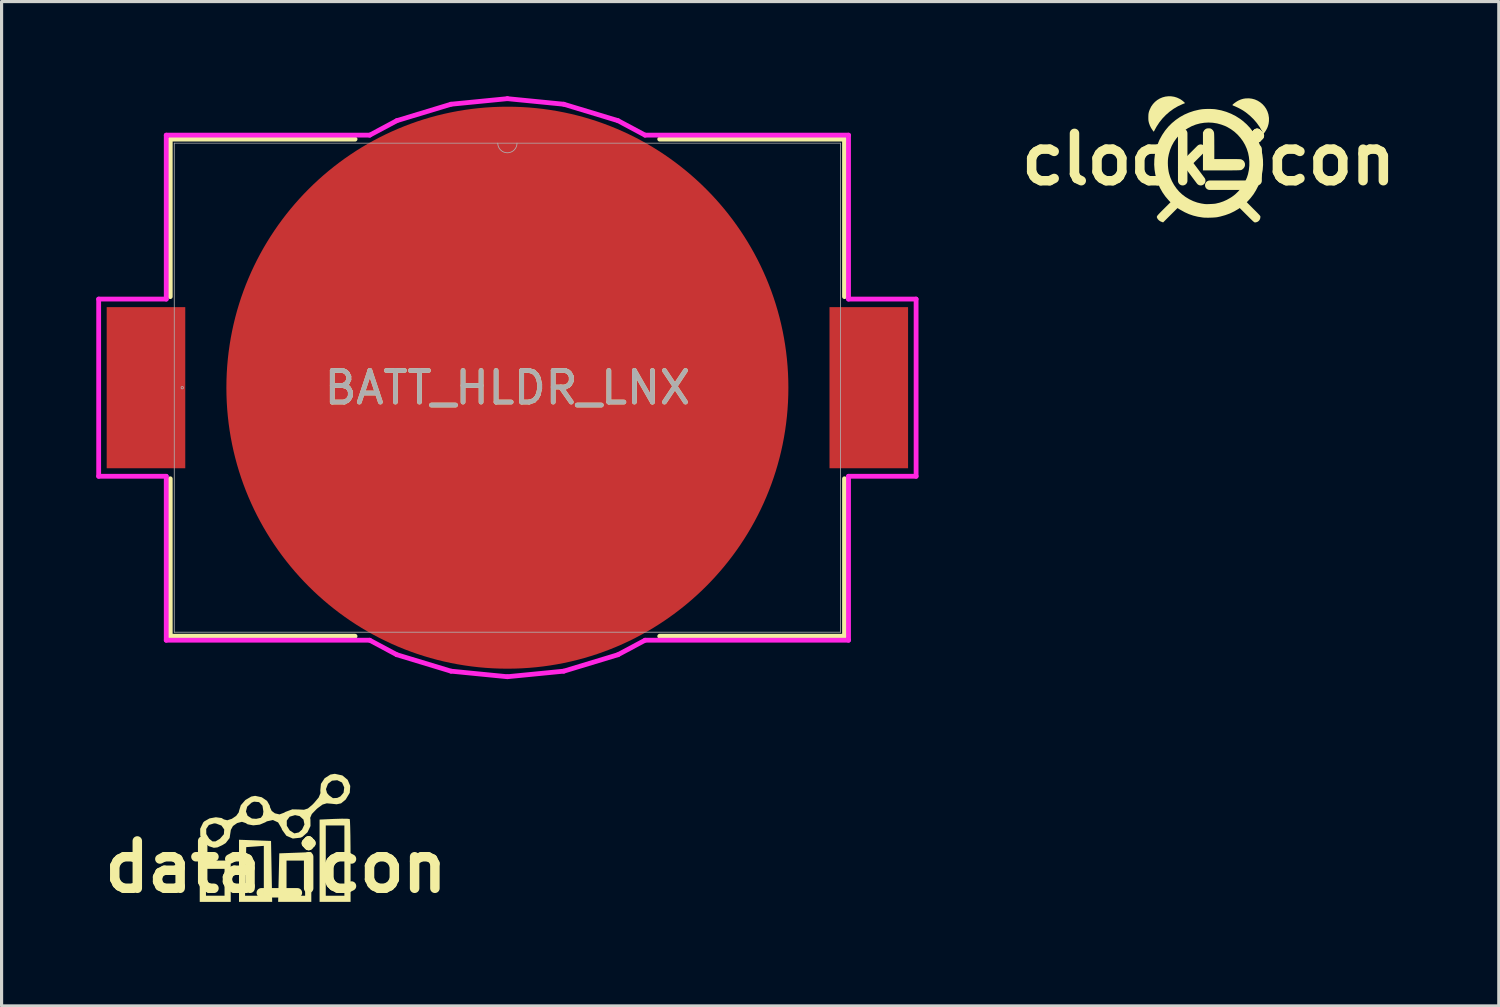
<source format=kicad_pcb>
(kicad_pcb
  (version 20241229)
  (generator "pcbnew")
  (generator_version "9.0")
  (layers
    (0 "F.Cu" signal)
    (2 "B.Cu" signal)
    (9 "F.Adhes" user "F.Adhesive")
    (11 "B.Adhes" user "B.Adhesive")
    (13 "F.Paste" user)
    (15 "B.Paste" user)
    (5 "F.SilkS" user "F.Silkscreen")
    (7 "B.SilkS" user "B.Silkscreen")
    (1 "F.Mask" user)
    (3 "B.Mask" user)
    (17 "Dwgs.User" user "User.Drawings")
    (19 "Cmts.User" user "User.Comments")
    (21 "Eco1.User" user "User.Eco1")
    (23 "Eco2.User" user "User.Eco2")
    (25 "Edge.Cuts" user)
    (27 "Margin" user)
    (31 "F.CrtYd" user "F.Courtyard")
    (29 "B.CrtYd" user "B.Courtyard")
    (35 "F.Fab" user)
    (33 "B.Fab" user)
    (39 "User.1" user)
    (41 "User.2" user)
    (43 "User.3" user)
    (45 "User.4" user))
  (footprint "clock_icon"
    (layer "F.Cu")
    (at 35.242 1.997)
    (property "Reference" "clock_icon" (at 0 0 0) (layer "F.SilkS") (effects (font (size 1.5 1.5) (thickness 0.3))))
    (attr board_only exclude_from_pos_files exclude_from_bom)
    (fp_poly (pts (xy 1.374 -1.92) (xy 1.466 -1.895) (xy 1.552 -1.857) (xy 1.632 -1.808) (xy 1.705 -1.748) (xy 1.768 -1.679) (xy 1.822 -1.601) (xy 1.864 -1.515) (xy 1.894 -1.423) (xy 1.91 -1.326) (xy 1.912 -1.301) (xy 1.911 -1.21) (xy 1.899 -1.124) (xy 1.877 -1.045) (xy 1.86 -1) (xy 1.835 -0.95) (xy 1.807 -0.901) (xy 1.779 -0.858) (xy 1.759 -0.833) (xy 1.736 -0.806) (xy 1.697 -0.883) (xy 1.618 -1.021) (xy 1.525 -1.152) (xy 1.42 -1.274) (xy 1.304 -1.385) (xy 1.178 -1.487) (xy 1.102 -1.539) (xy 1.049 -1.571) (xy 0.988 -1.605) (xy 0.924 -1.637) (xy 0.863 -1.666) (xy 0.809 -1.689) (xy 0.805 -1.69) (xy 0.779 -1.701) (xy 0.761 -1.711) (xy 0.754 -1.718) (xy 0.754 -1.718) (xy 0.76 -1.73) (xy 0.778 -1.748) (xy 0.803 -1.769) (xy 0.835 -1.793) (xy 0.87 -1.817) (xy 0.905 -1.84) (xy 0.939 -1.858) (xy 0.941 -1.86) (xy 1.001 -1.887) (xy 1.055 -1.906) (xy 1.11 -1.92) (xy 1.173 -1.929) (xy 1.178 -1.929) (xy 1.277 -1.932)) (stroke (width 0) (type solid)) (fill yes) (layer "F.SilkS"))
    (fp_poly (pts (xy -1.187 -1.996) (xy -1.093 -1.982) (xy -1.001 -1.954) (xy -0.912 -1.912) (xy -0.848 -1.871) (xy -0.822 -1.851) (xy -0.797 -1.83) (xy -0.775 -1.81) (xy -0.758 -1.793) (xy -0.75 -1.782) (xy -0.751 -1.779) (xy -0.759 -1.775) (xy -0.778 -1.767) (xy -0.806 -1.756) (xy -0.828 -1.747) (xy -0.97 -1.682) (xy -1.105 -1.603) (xy -1.233 -1.511) (xy -1.352 -1.408) (xy -1.462 -1.294) (xy -1.561 -1.17) (xy -1.648 -1.038) (xy -1.696 -0.951) (xy -1.712 -0.921) (xy -1.726 -0.896) (xy -1.735 -0.88) (xy -1.739 -0.875) (xy -1.745 -0.881) (xy -1.757 -0.896) (xy -1.774 -0.918) (xy -1.778 -0.924) (xy -1.824 -0.994) (xy -1.862 -1.071) (xy -1.89 -1.149) (xy -1.892 -1.158) (xy -1.9 -1.191) (xy -1.906 -1.223) (xy -1.909 -1.259) (xy -1.91 -1.303) (xy -1.91 -1.328) (xy -1.909 -1.386) (xy -1.906 -1.434) (xy -1.899 -1.476) (xy -1.888 -1.517) (xy -1.871 -1.563) (xy -1.865 -1.578) (xy -1.821 -1.669) (xy -1.765 -1.749) (xy -1.7 -1.819) (xy -1.627 -1.878) (xy -1.547 -1.926) (xy -1.462 -1.962) (xy -1.372 -1.986) (xy -1.28 -1.997)) (stroke (width 0) (type solid)) (fill yes) (layer "F.SilkS"))
    (fp_poly (pts (xy 0.033 -0.98) (xy 0.055 -0.977) (xy 0.072 -0.971) (xy 0.091 -0.96) (xy 0.095 -0.957) (xy 0.134 -0.922) (xy 0.159 -0.882) (xy 0.171 -0.843) (xy 0.173 -0.825) (xy 0.175 -0.792) (xy 0.177 -0.744) (xy 0.178 -0.682) (xy 0.179 -0.608) (xy 0.179 -0.52) (xy 0.18 -0.421) (xy 0.18 -0.406) (xy 0.18 -0.008) (xy 0.596 -0.008) (xy 0.687 -0.008) (xy 0.764 -0.007) (xy 0.828 -0.007) (xy 0.881 -0.007) (xy 0.923 -0.006) (xy 0.957 -0.005) (xy 0.983 -0.004) (xy 1.002 -0.003) (xy 1.017 -0.001) (xy 1.028 0.002) (xy 1.037 0.004) (xy 1.045 0.008) (xy 1.047 0.008) (xy 1.088 0.032) (xy 1.117 0.061) (xy 1.133 0.086) (xy 1.151 0.136) (xy 1.153 0.186) (xy 1.141 0.233) (xy 1.113 0.278) (xy 1.098 0.294) (xy 1.072 0.318) (xy 1.05 0.332) (xy 1.026 0.341) (xy 1.017 0.343) (xy 1.001 0.345) (xy 0.972 0.346) (xy 0.93 0.348) (xy 0.875 0.349) (xy 0.806 0.35) (xy 0.722 0.351) (xy 0.624 0.351) (xy 0.511 0.352) (xy 0.398 0.352) (xy -0.18 0.352) (xy -0.18 -0.249) (xy -0.18 -0.85) (xy -0.158 -0.892) (xy -0.135 -0.926) (xy -0.105 -0.952) (xy -0.098 -0.957) (xy -0.076 -0.969) (xy -0.057 -0.976) (xy -0.033 -0.98) (xy -0.001 -0.981) (xy 0.001 -0.981)) (stroke (width 0) (type solid)) (fill yes) (layer "F.SilkS"))
    (fp_poly (pts (xy 0.04 -1.596) (xy 0.114 -1.593) (xy 0.183 -1.589) (xy 0.238 -1.582) (xy 0.403 -1.55) (xy 0.562 -1.503) (xy 0.715 -1.442) (xy 0.86 -1.368) (xy 0.997 -1.281) (xy 1.084 -1.215) (xy 1.205 -1.108) (xy 1.314 -0.991) (xy 1.412 -0.865) (xy 1.496 -0.731) (xy 1.568 -0.591) (xy 1.627 -0.446) (xy 1.673 -0.295) (xy 1.704 -0.141) (xy 1.722 0.016) (xy 1.725 0.176) (xy 1.713 0.336) (xy 1.686 0.495) (xy 1.672 0.557) (xy 1.627 0.703) (xy 1.57 0.846) (xy 1.5 0.982) (xy 1.42 1.111) (xy 1.329 1.229) (xy 1.268 1.298) (xy 1.208 1.36) (xy 1.424 1.577) (xy 1.479 1.631) (xy 1.524 1.676) (xy 1.559 1.712) (xy 1.587 1.741) (xy 1.607 1.763) (xy 1.622 1.78) (xy 1.631 1.793) (xy 1.637 1.804) (xy 1.64 1.812) (xy 1.641 1.82) (xy 1.641 1.823) (xy 1.634 1.875) (xy 1.614 1.921) (xy 1.583 1.957) (xy 1.543 1.984) (xy 1.496 1.998) (xy 1.469 2) (xy 1.462 1.999) (xy 1.453 1.997) (xy 1.444 1.992) (xy 1.431 1.982) (xy 1.414 1.968) (xy 1.392 1.948) (xy 1.364 1.921) (xy 1.328 1.886) (xy 1.284 1.843) (xy 1.231 1.789) (xy 1.213 1.772) (xy 0.985 1.544) (xy 0.943 1.573) (xy 0.813 1.649) (xy 0.674 1.716) (xy 0.526 1.77) (xy 0.371 1.813) (xy 0.277 1.833) (xy 0.236 1.839) (xy 0.183 1.843) (xy 0.121 1.847) (xy 0.056 1.849) (xy -0.011 1.851) (xy -0.075 1.85) (xy -0.131 1.849) (xy -0.178 1.845) (xy -0.185 1.844) (xy -0.339 1.82) (xy -0.484 1.785) (xy -0.622 1.738) (xy -0.757 1.677) (xy -0.892 1.602) (xy -0.917 1.588) (xy -0.986 1.545) (xy -1.214 1.772) (xy -1.441 1.999) (xy -1.473 1.989) (xy -1.531 1.965) (xy -1.578 1.932) (xy -1.614 1.892) (xy -1.63 1.862) (xy -1.636 1.848) (xy -1.64 1.836) (xy -1.641 1.824) (xy -1.638 1.812) (xy -1.631 1.797) (xy -1.619 1.779) (xy -1.6 1.757) (xy -1.574 1.729) (xy -1.54 1.693) (xy -1.498 1.65) (xy -1.445 1.597) (xy -1.425 1.577) (xy -1.208 1.361) (xy -1.27 1.296) (xy -1.372 1.176) (xy -1.461 1.048) (xy -1.538 0.913) (xy -1.602 0.772) (xy -1.653 0.625) (xy -1.69 0.475) (xy -1.714 0.322) (xy -1.725 0.167) (xy -1.723 0.115) (xy -1.292 0.115) (xy -1.289 0.208) (xy -1.28 0.301) (xy -1.267 0.388) (xy -1.254 0.446) (xy -1.215 0.572) (xy -1.162 0.694) (xy -1.097 0.811) (xy -1.021 0.921) (xy -0.935 1.022) (xy -0.841 1.111) (xy -0.739 1.188) (xy -0.739 1.189) (xy -0.613 1.265) (xy -0.488 1.325) (xy -0.361 1.37) (xy -0.234 1.4) (xy -0.203 1.405) (xy -0.172 1.41) (xy -0.144 1.414) (xy -0.126 1.417) (xy -0.125 1.417) (xy -0.102 1.419) (xy -0.067 1.42) (xy -0.024 1.42) (xy 0.025 1.418) (xy 0.076 1.416) (xy 0.126 1.413) (xy 0.17 1.41) (xy 0.207 1.406) (xy 0.227 1.403) (xy 0.349 1.374) (xy 0.463 1.335) (xy 0.573 1.286) (xy 0.683 1.224) (xy 0.739 1.189) (xy 0.84 1.112) (xy 0.933 1.023) (xy 1.019 0.924) (xy 1.095 0.815) (xy 1.16 0.699) (xy 1.213 0.578) (xy 1.247 0.473) (xy 1.275 0.34) (xy 1.289 0.203) (xy 1.29 0.064) (xy 1.276 -0.074) (xy 1.251 -0.2) (xy 1.21 -0.33) (xy 1.155 -0.454) (xy 1.087 -0.572) (xy 1.006 -0.682) (xy 0.915 -0.784) (xy 0.814 -0.876) (xy 0.704 -0.956) (xy 0.587 -1.024) (xy 0.534 -1.05) (xy 0.401 -1.1) (xy 0.267 -1.137) (xy 0.131 -1.158) (xy -0.005 -1.165) (xy -0.141 -1.157) (xy -0.274 -1.136) (xy -0.404 -1.101) (xy -0.53 -1.052) (xy -0.651 -0.989) (xy -0.765 -0.914) (xy -0.873 -0.825) (xy -0.926 -0.772) (xy -1.021 -0.663) (xy -1.102 -0.548) (xy -1.169 -0.425) (xy -1.222 -0.296) (xy -1.261 -0.159) (xy -1.282 -0.051) (xy -1.29 0.028) (xy -1.292 0.115) (xy -1.723 0.115) (xy -1.721 0.012) (xy -1.704 -0.143) (xy -1.672 -0.297) (xy -1.627 -0.448) (xy -1.567 -0.595) (xy -1.551 -0.629) (xy -1.471 -0.773) (xy -1.38 -0.908) (xy -1.278 -1.032) (xy -1.165 -1.145) (xy -1.042 -1.247) (xy -0.91 -1.338) (xy -0.77 -1.416) (xy -0.621 -1.481) (xy -0.466 -1.533) (xy -0.304 -1.571) (xy -0.238 -1.582) (xy -0.181 -1.589) (xy -0.113 -1.593) (xy -0.038 -1.596)) (stroke (width 0) (type solid)) (fill yes) (layer "F.SilkS")))
  (footprint "BATT_HLDR_LNX"
    (layer "F.Cu")
    (at 13.025 9.233)
    (property "Reference" "BATT_HLDR_LNX" (at 0 0 0) (unlocked yes) (layer "F.SilkS") (effects (font (size 1 1) (thickness 0.15))))
    (attr smd)
    (fp_poly (pts (xy 8.903 0) (xy 8.732 -1.737) (xy 8.225 -3.407) (xy 7.402 -4.946) (xy 6.295 -6.295) (xy 4.946 -7.402) (xy 3.407 -8.225) (xy 1.737 -8.732) (xy 0 -8.903) (xy -1.737 -8.732) (xy -3.407 -8.225) (xy -4.946 -7.402) (xy -6.295 -6.295) (xy -7.402 -4.946) (xy -8.225 -3.407) (xy -8.732 -1.737) (xy -8.903 0) (xy -8.732 1.737) (xy -8.225 3.407) (xy -7.402 4.946) (xy -6.295 6.295) (xy -4.946 7.402) (xy -3.407 8.225) (xy -1.737 8.732) (xy 0 8.903) (xy 1.737 8.732) (xy 3.407 8.225) (xy 4.946 7.402) (xy 6.295 6.295) (xy 7.402 4.946) (xy 8.225 3.407) (xy 8.732 1.737)) (stroke (width 0) (type solid)) (fill yes) (layer "F.Mask"))
    (fp_line (start -10.681 -7.874) (end -10.681 -2.885) (stroke (width 0.152) (type solid)) (layer "F.SilkS"))
    (fp_line (start -10.681 2.885) (end -10.681 7.874) (stroke (width 0.152) (type solid)) (layer "F.SilkS"))
    (fp_line (start -10.681 7.874) (end -4.826 7.874) (stroke (width 0.152) (type solid)) (layer "F.SilkS"))
    (fp_line (start -4.826 -7.874) (end -10.681 -7.874) (stroke (width 0.152) (type solid)) (layer "F.SilkS"))
    (fp_line (start 4.826 7.874) (end 10.681 7.874) (stroke (width 0.152) (type solid)) (layer "F.SilkS"))
    (fp_line (start 10.681 -7.874) (end 4.826 -7.874) (stroke (width 0.152) (type solid)) (layer "F.SilkS"))
    (fp_line (start 10.681 -2.885) (end 10.681 -7.874) (stroke (width 0.152) (type solid)) (layer "F.SilkS"))
    (fp_line (start 10.681 7.874) (end 10.681 2.885) (stroke (width 0.152) (type solid)) (layer "F.SilkS"))
    (fp_line (start -12.949 -2.807) (end -12.949 2.807) (stroke (width 0.152) (type solid)) (layer "F.CrtYd"))
    (fp_line (start -12.949 2.807) (end -10.808 2.807) (stroke (width 0.152) (type solid)) (layer "F.CrtYd"))
    (fp_line (start -10.808 -8.001) (end -10.808 -2.807) (stroke (width 0.152) (type solid)) (layer "F.CrtYd"))
    (fp_line (start -10.808 -2.807) (end -12.949 -2.807) (stroke (width 0.152) (type solid)) (layer "F.CrtYd"))
    (fp_line (start -10.808 2.807) (end -10.808 8.001) (stroke (width 0.152) (type solid)) (layer "F.CrtYd"))
    (fp_line (start -10.808 8.001) (end -4.362 8.001) (stroke (width 0.152) (type solid)) (layer "F.CrtYd"))
    (fp_line (start -4.362 -8.001) (end -10.808 -8.001) (stroke (width 0.152) (type solid)) (layer "F.CrtYd"))
    (fp_line (start -4.362 8.001) (end -3.504 8.46) (stroke (width 0.152) (type solid)) (layer "F.CrtYd"))
    (fp_line (start -3.504 8.46) (end -1.786 8.981) (stroke (width 0.152) (type solid)) (layer "F.CrtYd"))
    (fp_line (start -3.504 -8.46) (end -4.362 -8.001) (stroke (width 0.152) (type solid)) (layer "F.CrtYd"))
    (fp_line (start -1.786 8.981) (end -0.000001 9.157) (stroke (width 0.152) (type solid)) (layer "F.CrtYd"))
    (fp_line (start -1.786 -8.981) (end -3.504 -8.46) (stroke (width 0.152) (type solid)) (layer "F.CrtYd"))
    (fp_line (start -0.000001 9.157) (end 1.786 8.981) (stroke (width 0.152) (type solid)) (layer "F.CrtYd"))
    (fp_line (start 0 -9.157) (end -1.786 -8.981) (stroke (width 0.152) (type solid)) (layer "F.CrtYd"))
    (fp_line (start 1.786 8.981) (end 3.504 8.46) (stroke (width 0.152) (type solid)) (layer "F.CrtYd"))
    (fp_line (start 1.786 -8.981) (end 0 -9.157) (stroke (width 0.152) (type solid)) (layer "F.CrtYd"))
    (fp_line (start 3.504 -8.46) (end 1.786 -8.981) (stroke (width 0.152) (type solid)) (layer "F.CrtYd"))
    (fp_line (start 3.504 8.46) (end 4.362 8.001) (stroke (width 0.152) (type solid)) (layer "F.CrtYd"))
    (fp_line (start 4.362 -8.001) (end 3.504 -8.46) (stroke (width 0.152) (type solid)) (layer "F.CrtYd"))
    (fp_line (start 4.362 8.001) (end 10.808 8.001) (stroke (width 0.152) (type solid)) (layer "F.CrtYd"))
    (fp_line (start 10.808 -8.001) (end 4.362 -8.001) (stroke (width 0.152) (type solid)) (layer "F.CrtYd"))
    (fp_line (start 10.808 -2.807) (end 10.808 -8.001) (stroke (width 0.152) (type solid)) (layer "F.CrtYd"))
    (fp_line (start 10.808 2.807) (end 12.949 2.807) (stroke (width 0.152) (type solid)) (layer "F.CrtYd"))
    (fp_line (start 10.808 8.001) (end 10.808 2.807) (stroke (width 0.152) (type solid)) (layer "F.CrtYd"))
    (fp_line (start 12.949 -2.807) (end 10.808 -2.807) (stroke (width 0.152) (type solid)) (layer "F.CrtYd"))
    (fp_line (start 12.949 2.807) (end 12.949 -2.807) (stroke (width 0.152) (type solid)) (layer "F.CrtYd"))
    (fp_line (start -10.554 -7.747) (end -10.554 7.747) (stroke (width 0.025) (type solid)) (layer "F.Fab"))
    (fp_line (start -10.554 7.747) (end 10.554 7.747) (stroke (width 0.025) (type solid)) (layer "F.Fab"))
    (fp_line (start 10.554 -7.747) (end -10.554 -7.747) (stroke (width 0.025) (type solid)) (layer "F.Fab"))
    (fp_line (start 10.554 7.747) (end 10.554 -7.747) (stroke (width 0.025) (type solid)) (layer "F.Fab"))
    (fp_arc (start 0.3048 -7.747) (mid 0 -7.4422) (end -0.3048 -7.747) (stroke (width 0.0254) (type solid)) (layer "F.Fab"))
    (fp_circle (center -10.3 0) (end -10.262 0) (stroke (width 0.025) (type solid)) (fill no) (layer "F.Fab"))
    (fp_text user "${REFERENCE}" (at 0 0 0) (unlocked yes) (layer "F.Fab") (effects (font (size 1 1) (thickness 0.15))))
    (pad "1" smd rect (at -11.45 0) (size 2.489 5.105) (layers "F.Cu" "F.Mask" "F.Paste"))
    (pad "2" smd circle (at 0 0) (size 17.805 17.805) (layers "F.Cu" "F.Mask" "F.Paste"))
    (pad "3" smd rect (at 11.45 0) (size 2.489 5.105) (layers "F.Cu" "F.Mask" "F.Paste")))
  (footprint "data_icon"
    (layer "F.Cu")
    (at 5.693 24.415)
    (property "Reference" "data_icon" (at 0 0 0) (layer "F.SilkS") (effects (font (size 1.5 1.5) (thickness 0.3))))
    (attr board_only exclude_from_pos_files exclude_from_bom)
    (fp_poly (pts (xy -1.433 0.455) (xy -1.433 1.109) (xy -1.924 1.109) (xy -2.415 1.109) (xy -2.415 0.455) (xy -2.415 0.062) (xy -2.218 0.062) (xy -2.218 0.487) (xy -2.218 0.913) (xy -1.924 0.913) (xy -1.629 0.913) (xy -1.629 0.487) (xy -1.629 0.062) (xy -1.924 0.062) (xy -2.218 0.062) (xy -2.415 0.062) (xy -2.415 -0.2) (xy -1.924 -0.2) (xy -1.433 -0.2)) (stroke (width 0) (type solid)) (fill yes) (layer "F.SilkS"))
    (fp_poly (pts (xy -0.664 -0.841) (xy -0.156 -0.822) (xy -0.138 0.144) (xy -0.12 1.109) (xy -0.646 1.109) (xy -1.171 1.109) (xy -1.171 0.913) (xy -0.979 0.913) (xy -0.682 0.913) (xy -0.385 0.913) (xy -0.385 0.124) (xy -0.385 -0.666) (xy -0.664 -0.646) (xy -0.942 -0.626) (xy -0.96 0.144) (xy -0.979 0.913) (xy -1.171 0.913) (xy -1.171 0.125) (xy -1.171 -0.86)) (stroke (width 0) (type solid)) (fill yes) (layer "F.SilkS"))
    (fp_poly (pts (xy 1.12 0.321) (xy 1.12 1.109) (xy 0.594 1.109) (xy 0.069 1.109) (xy 0.087 0.34) (xy 0.1 -0.2) (xy 0.335 -0.2) (xy 0.335 0.356) (xy 0.335 0.913) (xy 0.629 0.913) (xy 0.924 0.913) (xy 0.924 0.356) (xy 0.924 -0.2) (xy 0.629 -0.2) (xy 0.335 -0.2) (xy 0.1 -0.2) (xy 0.105 -0.429) (xy 0.613 -0.448) (xy 1.12 -0.467)) (stroke (width 0) (type solid)) (fill yes) (layer "F.SilkS"))
    (fp_poly (pts (xy 2.253 -1.526) (xy 2.336 -1.516) (xy 2.337 -1.515) (xy 2.345 -1.444) (xy 2.352 -1.262) (xy 2.358 -0.99) (xy 2.362 -0.648) (xy 2.364 -0.256) (xy 2.364 -0.189) (xy 2.364 1.109) (xy 1.873 1.109) (xy 1.382 1.109) (xy 1.382 -0.195) (xy 1.382 -1.313) (xy 1.578 -1.313) (xy 1.578 -0.2) (xy 1.578 0.913) (xy 1.873 0.913) (xy 2.168 0.913) (xy 2.168 -0.2) (xy 2.168 -1.313) (xy 1.873 -1.313) (xy 1.578 -1.313) (xy 1.382 -1.313) (xy 1.382 -1.499) (xy 1.846 -1.52) (xy 2.078 -1.527)) (stroke (width 0) (type solid)) (fill yes) (layer "F.SilkS"))
    (fp_poly (pts (xy 2.105 -2.897) (xy 2.272 -2.758) (xy 2.354 -2.565) (xy 2.338 -2.348) (xy 2.212 -2.138) (xy 2.198 -2.123) (xy 2.063 -2.013) (xy 1.922 -1.983) (xy 1.78 -1.999) (xy 1.609 -2.014) (xy 1.477 -1.975) (xy 1.324 -1.863) (xy 1.289 -1.833) (xy 1.136 -1.675) (xy 1.084 -1.553) (xy 1.092 -1.496) (xy 1.094 -1.295) (xy 1 -1.097) (xy 0.838 -0.952) (xy 0.778 -0.925) (xy 0.534 -0.898) (xy 0.33 -0.986) (xy 0.193 -1.176) (xy 0.175 -1.227) (xy 0.068 -1.409) (xy -0.054 -1.465) (xy 0.342 -1.465) (xy 0.344 -1.303) (xy 0.437 -1.154) (xy 0.584 -1.061) (xy 0.725 -1.092) (xy 0.826 -1.182) (xy 0.903 -1.344) (xy 0.872 -1.499) (xy 0.75 -1.609) (xy 0.605 -1.64) (xy 0.433 -1.59) (xy 0.342 -1.465) (xy -0.054 -1.465) (xy -0.096 -1.485) (xy -0.288 -1.443) (xy -0.337 -1.413) (xy -0.515 -1.338) (xy -0.721 -1.316) (xy -0.898 -1.349) (xy -0.958 -1.388) (xy -1.078 -1.428) (xy -1.229 -1.389) (xy -1.363 -1.294) (xy -1.431 -1.169) (xy -1.433 -1.147) (xy -1.469 -0.914) (xy -1.591 -0.756) (xy -1.699 -0.689) (xy -1.855 -0.617) (xy -1.969 -0.605) (xy -2.109 -0.65) (xy -2.132 -0.659) (xy -2.306 -0.791) (xy -2.398 -0.988) (xy -2.401 -1.202) (xy -2.21 -1.202) (xy -2.207 -1.04) (xy -2.116 -0.892) (xy -2.011 -0.807) (xy -1.915 -0.807) (xy -1.775 -0.891) (xy -1.65 -1.035) (xy -1.639 -1.185) (xy -1.726 -1.309) (xy -1.902 -1.375) (xy -1.963 -1.378) (xy -2.125 -1.328) (xy -2.21 -1.202) (xy -2.401 -1.202) (xy -2.401 -1.207) (xy -2.306 -1.405) (xy -2.272 -1.441) (xy -2.105 -1.536) (xy -1.904 -1.573) (xy -1.723 -1.548) (xy -1.65 -1.504) (xy -1.543 -1.477) (xy -1.398 -1.523) (xy -1.26 -1.616) (xy -1.178 -1.729) (xy -1.173 -1.756) (xy -0.951 -1.756) (xy -0.898 -1.619) (xy -0.762 -1.532) (xy -0.627 -1.522) (xy -0.478 -1.555) (xy -0.415 -1.643) (xy -0.398 -1.75) (xy -0.427 -1.939) (xy -0.535 -2.052) (xy -0.693 -2.067) (xy -0.771 -2.037) (xy -0.912 -1.908) (xy -0.951 -1.756) (xy -1.173 -1.756) (xy -1.171 -1.769) (xy -1.114 -1.953) (xy -0.969 -2.119) (xy -0.781 -2.229) (xy -0.659 -2.251) (xy -0.45 -2.206) (xy -0.282 -2.091) (xy -0.194 -1.936) (xy -0.189 -1.891) (xy -0.135 -1.773) (xy -0.034 -1.697) (xy 0.112 -1.663) (xy 0.259 -1.717) (xy 0.295 -1.74) (xy 0.517 -1.823) (xy 0.722 -1.819) (xy 0.887 -1.81) (xy 1.011 -1.85) (xy 1.146 -1.962) (xy 1.207 -2.024) (xy 1.354 -2.199) (xy 1.41 -2.338) (xy 1.405 -2.427) (xy 1.409 -2.464) (xy 1.584 -2.464) (xy 1.618 -2.341) (xy 1.681 -2.267) (xy 1.807 -2.177) (xy 1.94 -2.185) (xy 2.041 -2.232) (xy 2.142 -2.35) (xy 2.163 -2.515) (xy 2.097 -2.666) (xy 2.089 -2.675) (xy 1.942 -2.746) (xy 1.775 -2.731) (xy 1.652 -2.636) (xy 1.646 -2.626) (xy 1.584 -2.464) (xy 1.409 -2.464) (xy 1.425 -2.63) (xy 1.542 -2.808) (xy 1.725 -2.925) (xy 1.865 -2.949)) (stroke (width 0) (type solid)) (fill yes) (layer "F.SilkS")))
  (gr_rect
    (start -3 -3)
    (end 44.435 28.819)
    (stroke (width 0.1) (type default))
    (fill no)
    (layer "Edge.Cuts")))
</source>
